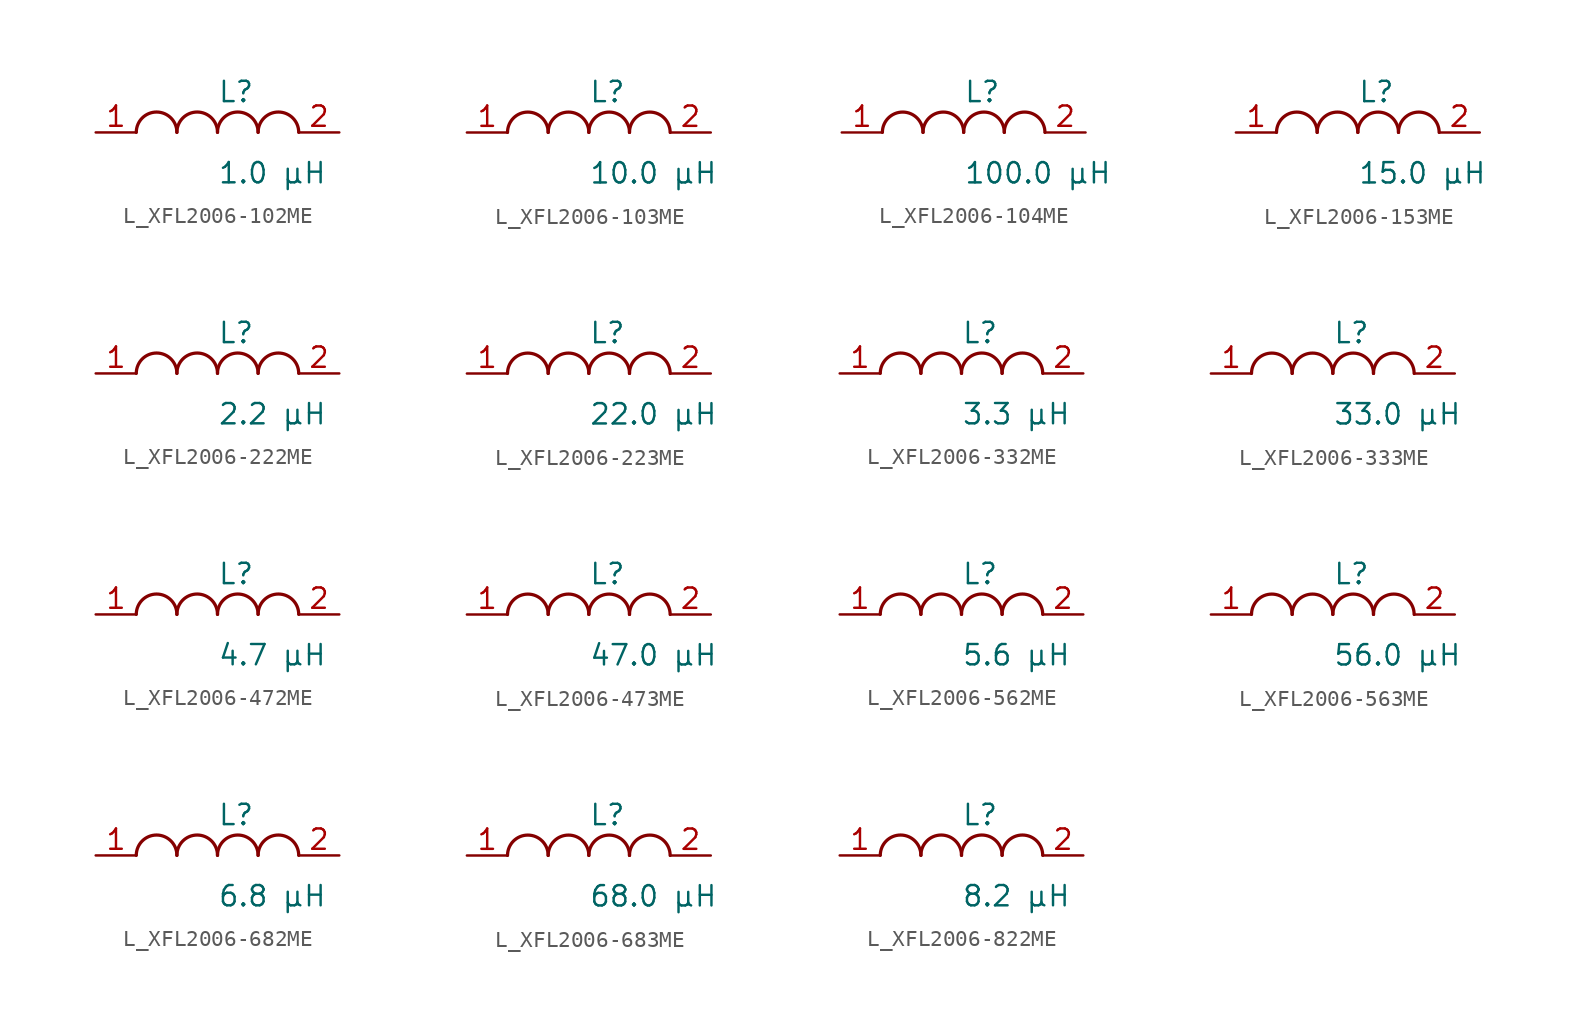
<source format=kicad_sym>
(kicad_symbol_lib
  (version 20231120)
  (generator kicad_symbol_editor)
  (generator_version 8.0)
  (symbol "L_XFL2006-102ME"
    (pin_names
      (offset 0.254))
    (property "Reference" "L"
      (at 0 2.54 0)
      (effects (font (size 1.27 1.27)) (justify left)))
    (property "Value" "1.0 µH"
      (at 0 -2.54 0)
      (effects (font (size 1.27 1.27)) (justify left)))
    (symbol "L_XFL2006-102ME_1_1"
      (arc (start -2.54 0.0056) (mid -3.81 1.27) (end -5.08 0.0056) (stroke (width 0.2032) (type default)) (fill (type none)))
      (arc (start 0 0.0056) (mid -1.27 1.27) (end -2.54 0.0056) (stroke (width 0.2032) (type default)) (fill (type none)))
      (arc (start 2.54 0.0056) (mid 1.27 1.27) (end 0 0.0056) (stroke (width 0.2032) (type default)) (fill (type none)))
      (arc (start 5.08 0.0056) (mid 3.81 1.27) (end 2.54 0.0056) (stroke (width 0.2032) (type default)) (fill (type none)))
      (pin unspecified line (at -7.62 0 0) (length 2.54) (name "" (effects (font (size 1.27 1.27)))) (number "1" (effects (font (size 1.27 1.27)))))
      (pin unspecified line (at 7.62 0 180) (length 2.54) (name "" (effects (font (size 1.27 1.27)))) (number "2" (effects (font (size 1.27 1.27)))))))
  (symbol "L_XFL2006-103ME"
    (pin_names
      (offset 0.254))
    (property "Reference" "L"
      (at 0 2.54 0)
      (effects (font (size 1.27 1.27)) (justify left)))
    (property "Value" "10.0 µH"
      (at 0 -2.54 0)
      (effects (font (size 1.27 1.27)) (justify left)))
    (symbol "L_XFL2006-103ME_1_1"
      (arc (start -2.54 0.0056) (mid -3.81 1.27) (end -5.08 0.0056) (stroke (width 0.2032) (type default)) (fill (type none)))
      (arc (start 0 0.0056) (mid -1.27 1.27) (end -2.54 0.0056) (stroke (width 0.2032) (type default)) (fill (type none)))
      (arc (start 2.54 0.0056) (mid 1.27 1.27) (end 0 0.0056) (stroke (width 0.2032) (type default)) (fill (type none)))
      (arc (start 5.08 0.0056) (mid 3.81 1.27) (end 2.54 0.0056) (stroke (width 0.2032) (type default)) (fill (type none)))
      (pin unspecified line (at -7.62 0 0) (length 2.54) (name "" (effects (font (size 1.27 1.27)))) (number "1" (effects (font (size 1.27 1.27)))))
      (pin unspecified line (at 7.62 0 180) (length 2.54) (name "" (effects (font (size 1.27 1.27)))) (number "2" (effects (font (size 1.27 1.27)))))))
  (symbol "L_XFL2006-104ME"
    (pin_names
      (offset 0.254))
    (property "Reference" "L"
      (at 0 2.54 0)
      (effects (font (size 1.27 1.27)) (justify left)))
    (property "Value" "100.0 µH"
      (at 0 -2.54 0)
      (effects (font (size 1.27 1.27)) (justify left)))
    (symbol "L_XFL2006-104ME_1_1"
      (arc (start -2.54 0.0056) (mid -3.81 1.27) (end -5.08 0.0056) (stroke (width 0.2032) (type default)) (fill (type none)))
      (arc (start 0 0.0056) (mid -1.27 1.27) (end -2.54 0.0056) (stroke (width 0.2032) (type default)) (fill (type none)))
      (arc (start 2.54 0.0056) (mid 1.27 1.27) (end 0 0.0056) (stroke (width 0.2032) (type default)) (fill (type none)))
      (arc (start 5.08 0.0056) (mid 3.81 1.27) (end 2.54 0.0056) (stroke (width 0.2032) (type default)) (fill (type none)))
      (pin unspecified line (at -7.62 0 0) (length 2.54) (name "" (effects (font (size 1.27 1.27)))) (number "1" (effects (font (size 1.27 1.27)))))
      (pin unspecified line (at 7.62 0 180) (length 2.54) (name "" (effects (font (size 1.27 1.27)))) (number "2" (effects (font (size 1.27 1.27)))))))
  (symbol "L_XFL2006-153ME"
    (pin_names
      (offset 0.254))
    (property "Reference" "L"
      (at 0 2.54 0)
      (effects (font (size 1.27 1.27)) (justify left)))
    (property "Value" "15.0 µH"
      (at 0 -2.54 0)
      (effects (font (size 1.27 1.27)) (justify left)))
    (symbol "L_XFL2006-153ME_1_1"
      (arc (start -2.54 0.0056) (mid -3.81 1.27) (end -5.08 0.0056) (stroke (width 0.2032) (type default)) (fill (type none)))
      (arc (start 0 0.0056) (mid -1.27 1.27) (end -2.54 0.0056) (stroke (width 0.2032) (type default)) (fill (type none)))
      (arc (start 2.54 0.0056) (mid 1.27 1.27) (end 0 0.0056) (stroke (width 0.2032) (type default)) (fill (type none)))
      (arc (start 5.08 0.0056) (mid 3.81 1.27) (end 2.54 0.0056) (stroke (width 0.2032) (type default)) (fill (type none)))
      (pin unspecified line (at -7.62 0 0) (length 2.54) (name "" (effects (font (size 1.27 1.27)))) (number "1" (effects (font (size 1.27 1.27)))))
      (pin unspecified line (at 7.62 0 180) (length 2.54) (name "" (effects (font (size 1.27 1.27)))) (number "2" (effects (font (size 1.27 1.27)))))))
  (symbol "L_XFL2006-222ME"
    (pin_names
      (offset 0.254))
    (property "Reference" "L"
      (at 0 2.54 0)
      (effects (font (size 1.27 1.27)) (justify left)))
    (property "Value" "2.2 µH"
      (at 0 -2.54 0)
      (effects (font (size 1.27 1.27)) (justify left)))
    (symbol "L_XFL2006-222ME_1_1"
      (arc (start -2.54 0.0056) (mid -3.81 1.27) (end -5.08 0.0056) (stroke (width 0.2032) (type default)) (fill (type none)))
      (arc (start 0 0.0056) (mid -1.27 1.27) (end -2.54 0.0056) (stroke (width 0.2032) (type default)) (fill (type none)))
      (arc (start 2.54 0.0056) (mid 1.27 1.27) (end 0 0.0056) (stroke (width 0.2032) (type default)) (fill (type none)))
      (arc (start 5.08 0.0056) (mid 3.81 1.27) (end 2.54 0.0056) (stroke (width 0.2032) (type default)) (fill (type none)))
      (pin unspecified line (at -7.62 0 0) (length 2.54) (name "" (effects (font (size 1.27 1.27)))) (number "1" (effects (font (size 1.27 1.27)))))
      (pin unspecified line (at 7.62 0 180) (length 2.54) (name "" (effects (font (size 1.27 1.27)))) (number "2" (effects (font (size 1.27 1.27)))))))
  (symbol "L_XFL2006-223ME"
    (pin_names
      (offset 0.254))
    (property "Reference" "L"
      (at 0 2.54 0)
      (effects (font (size 1.27 1.27)) (justify left)))
    (property "Value" "22.0 µH"
      (at 0 -2.54 0)
      (effects (font (size 1.27 1.27)) (justify left)))
    (symbol "L_XFL2006-223ME_1_1"
      (arc (start -2.54 0.0056) (mid -3.81 1.27) (end -5.08 0.0056) (stroke (width 0.2032) (type default)) (fill (type none)))
      (arc (start 0 0.0056) (mid -1.27 1.27) (end -2.54 0.0056) (stroke (width 0.2032) (type default)) (fill (type none)))
      (arc (start 2.54 0.0056) (mid 1.27 1.27) (end 0 0.0056) (stroke (width 0.2032) (type default)) (fill (type none)))
      (arc (start 5.08 0.0056) (mid 3.81 1.27) (end 2.54 0.0056) (stroke (width 0.2032) (type default)) (fill (type none)))
      (pin unspecified line (at -7.62 0 0) (length 2.54) (name "" (effects (font (size 1.27 1.27)))) (number "1" (effects (font (size 1.27 1.27)))))
      (pin unspecified line (at 7.62 0 180) (length 2.54) (name "" (effects (font (size 1.27 1.27)))) (number "2" (effects (font (size 1.27 1.27)))))))
  (symbol "L_XFL2006-332ME"
    (pin_names
      (offset 0.254))
    (property "Reference" "L"
      (at 0 2.54 0)
      (effects (font (size 1.27 1.27)) (justify left)))
    (property "Value" "3.3 µH"
      (at 0 -2.54 0)
      (effects (font (size 1.27 1.27)) (justify left)))
    (symbol "L_XFL2006-332ME_1_1"
      (arc (start -2.54 0.0056) (mid -3.81 1.27) (end -5.08 0.0056) (stroke (width 0.2032) (type default)) (fill (type none)))
      (arc (start 0 0.0056) (mid -1.27 1.27) (end -2.54 0.0056) (stroke (width 0.2032) (type default)) (fill (type none)))
      (arc (start 2.54 0.0056) (mid 1.27 1.27) (end 0 0.0056) (stroke (width 0.2032) (type default)) (fill (type none)))
      (arc (start 5.08 0.0056) (mid 3.81 1.27) (end 2.54 0.0056) (stroke (width 0.2032) (type default)) (fill (type none)))
      (pin unspecified line (at -7.62 0 0) (length 2.54) (name "" (effects (font (size 1.27 1.27)))) (number "1" (effects (font (size 1.27 1.27)))))
      (pin unspecified line (at 7.62 0 180) (length 2.54) (name "" (effects (font (size 1.27 1.27)))) (number "2" (effects (font (size 1.27 1.27)))))))
  (symbol "L_XFL2006-333ME"
    (pin_names
      (offset 0.254))
    (property "Reference" "L"
      (at 0 2.54 0)
      (effects (font (size 1.27 1.27)) (justify left)))
    (property "Value" "33.0 µH"
      (at 0 -2.54 0)
      (effects (font (size 1.27 1.27)) (justify left)))
    (symbol "L_XFL2006-333ME_1_1"
      (arc (start -2.54 0.0056) (mid -3.81 1.27) (end -5.08 0.0056) (stroke (width 0.2032) (type default)) (fill (type none)))
      (arc (start 0 0.0056) (mid -1.27 1.27) (end -2.54 0.0056) (stroke (width 0.2032) (type default)) (fill (type none)))
      (arc (start 2.54 0.0056) (mid 1.27 1.27) (end 0 0.0056) (stroke (width 0.2032) (type default)) (fill (type none)))
      (arc (start 5.08 0.0056) (mid 3.81 1.27) (end 2.54 0.0056) (stroke (width 0.2032) (type default)) (fill (type none)))
      (pin unspecified line (at -7.62 0 0) (length 2.54) (name "" (effects (font (size 1.27 1.27)))) (number "1" (effects (font (size 1.27 1.27)))))
      (pin unspecified line (at 7.62 0 180) (length 2.54) (name "" (effects (font (size 1.27 1.27)))) (number "2" (effects (font (size 1.27 1.27)))))))
  (symbol "L_XFL2006-472ME"
    (pin_names
      (offset 0.254))
    (property "Reference" "L"
      (at 0 2.54 0)
      (effects (font (size 1.27 1.27)) (justify left)))
    (property "Value" "4.7 µH"
      (at 0 -2.54 0)
      (effects (font (size 1.27 1.27)) (justify left)))
    (symbol "L_XFL2006-472ME_1_1"
      (arc (start -2.54 0.0056) (mid -3.81 1.27) (end -5.08 0.0056) (stroke (width 0.2032) (type default)) (fill (type none)))
      (arc (start 0 0.0056) (mid -1.27 1.27) (end -2.54 0.0056) (stroke (width 0.2032) (type default)) (fill (type none)))
      (arc (start 2.54 0.0056) (mid 1.27 1.27) (end 0 0.0056) (stroke (width 0.2032) (type default)) (fill (type none)))
      (arc (start 5.08 0.0056) (mid 3.81 1.27) (end 2.54 0.0056) (stroke (width 0.2032) (type default)) (fill (type none)))
      (pin unspecified line (at -7.62 0 0) (length 2.54) (name "" (effects (font (size 1.27 1.27)))) (number "1" (effects (font (size 1.27 1.27)))))
      (pin unspecified line (at 7.62 0 180) (length 2.54) (name "" (effects (font (size 1.27 1.27)))) (number "2" (effects (font (size 1.27 1.27)))))))
  (symbol "L_XFL2006-473ME"
    (pin_names
      (offset 0.254))
    (property "Reference" "L"
      (at 0 2.54 0)
      (effects (font (size 1.27 1.27)) (justify left)))
    (property "Value" "47.0 µH"
      (at 0 -2.54 0)
      (effects (font (size 1.27 1.27)) (justify left)))
    (symbol "L_XFL2006-473ME_1_1"
      (arc (start -2.54 0.0056) (mid -3.81 1.27) (end -5.08 0.0056) (stroke (width 0.2032) (type default)) (fill (type none)))
      (arc (start 0 0.0056) (mid -1.27 1.27) (end -2.54 0.0056) (stroke (width 0.2032) (type default)) (fill (type none)))
      (arc (start 2.54 0.0056) (mid 1.27 1.27) (end 0 0.0056) (stroke (width 0.2032) (type default)) (fill (type none)))
      (arc (start 5.08 0.0056) (mid 3.81 1.27) (end 2.54 0.0056) (stroke (width 0.2032) (type default)) (fill (type none)))
      (pin unspecified line (at -7.62 0 0) (length 2.54) (name "" (effects (font (size 1.27 1.27)))) (number "1" (effects (font (size 1.27 1.27)))))
      (pin unspecified line (at 7.62 0 180) (length 2.54) (name "" (effects (font (size 1.27 1.27)))) (number "2" (effects (font (size 1.27 1.27)))))))
  (symbol "L_XFL2006-562ME"
    (pin_names
      (offset 0.254))
    (property "Reference" "L"
      (at 0 2.54 0)
      (effects (font (size 1.27 1.27)) (justify left)))
    (property "Value" "5.6 µH"
      (at 0 -2.54 0)
      (effects (font (size 1.27 1.27)) (justify left)))
    (symbol "L_XFL2006-562ME_1_1"
      (arc (start -2.54 0.0056) (mid -3.81 1.27) (end -5.08 0.0056) (stroke (width 0.2032) (type default)) (fill (type none)))
      (arc (start 0 0.0056) (mid -1.27 1.27) (end -2.54 0.0056) (stroke (width 0.2032) (type default)) (fill (type none)))
      (arc (start 2.54 0.0056) (mid 1.27 1.27) (end 0 0.0056) (stroke (width 0.2032) (type default)) (fill (type none)))
      (arc (start 5.08 0.0056) (mid 3.81 1.27) (end 2.54 0.0056) (stroke (width 0.2032) (type default)) (fill (type none)))
      (pin unspecified line (at -7.62 0 0) (length 2.54) (name "" (effects (font (size 1.27 1.27)))) (number "1" (effects (font (size 1.27 1.27)))))
      (pin unspecified line (at 7.62 0 180) (length 2.54) (name "" (effects (font (size 1.27 1.27)))) (number "2" (effects (font (size 1.27 1.27)))))))
  (symbol "L_XFL2006-563ME"
    (pin_names
      (offset 0.254))
    (property "Reference" "L"
      (at 0 2.54 0)
      (effects (font (size 1.27 1.27)) (justify left)))
    (property "Value" "56.0 µH"
      (at 0 -2.54 0)
      (effects (font (size 1.27 1.27)) (justify left)))
    (symbol "L_XFL2006-563ME_1_1"
      (arc (start -2.54 0.0056) (mid -3.81 1.27) (end -5.08 0.0056) (stroke (width 0.2032) (type default)) (fill (type none)))
      (arc (start 0 0.0056) (mid -1.27 1.27) (end -2.54 0.0056) (stroke (width 0.2032) (type default)) (fill (type none)))
      (arc (start 2.54 0.0056) (mid 1.27 1.27) (end 0 0.0056) (stroke (width 0.2032) (type default)) (fill (type none)))
      (arc (start 5.08 0.0056) (mid 3.81 1.27) (end 2.54 0.0056) (stroke (width 0.2032) (type default)) (fill (type none)))
      (pin unspecified line (at -7.62 0 0) (length 2.54) (name "" (effects (font (size 1.27 1.27)))) (number "1" (effects (font (size 1.27 1.27)))))
      (pin unspecified line (at 7.62 0 180) (length 2.54) (name "" (effects (font (size 1.27 1.27)))) (number "2" (effects (font (size 1.27 1.27)))))))
  (symbol "L_XFL2006-682ME"
    (pin_names
      (offset 0.254))
    (property "Reference" "L"
      (at 0 2.54 0)
      (effects (font (size 1.27 1.27)) (justify left)))
    (property "Value" "6.8 µH"
      (at 0 -2.54 0)
      (effects (font (size 1.27 1.27)) (justify left)))
    (symbol "L_XFL2006-682ME_1_1"
      (arc (start -2.54 0.0056) (mid -3.81 1.27) (end -5.08 0.0056) (stroke (width 0.2032) (type default)) (fill (type none)))
      (arc (start 0 0.0056) (mid -1.27 1.27) (end -2.54 0.0056) (stroke (width 0.2032) (type default)) (fill (type none)))
      (arc (start 2.54 0.0056) (mid 1.27 1.27) (end 0 0.0056) (stroke (width 0.2032) (type default)) (fill (type none)))
      (arc (start 5.08 0.0056) (mid 3.81 1.27) (end 2.54 0.0056) (stroke (width 0.2032) (type default)) (fill (type none)))
      (pin unspecified line (at -7.62 0 0) (length 2.54) (name "" (effects (font (size 1.27 1.27)))) (number "1" (effects (font (size 1.27 1.27)))))
      (pin unspecified line (at 7.62 0 180) (length 2.54) (name "" (effects (font (size 1.27 1.27)))) (number "2" (effects (font (size 1.27 1.27)))))))
  (symbol "L_XFL2006-683ME"
    (pin_names
      (offset 0.254))
    (property "Reference" "L"
      (at 0 2.54 0)
      (effects (font (size 1.27 1.27)) (justify left)))
    (property "Value" "68.0 µH"
      (at 0 -2.54 0)
      (effects (font (size 1.27 1.27)) (justify left)))
    (symbol "L_XFL2006-683ME_1_1"
      (arc (start -2.54 0.0056) (mid -3.81 1.27) (end -5.08 0.0056) (stroke (width 0.2032) (type default)) (fill (type none)))
      (arc (start 0 0.0056) (mid -1.27 1.27) (end -2.54 0.0056) (stroke (width 0.2032) (type default)) (fill (type none)))
      (arc (start 2.54 0.0056) (mid 1.27 1.27) (end 0 0.0056) (stroke (width 0.2032) (type default)) (fill (type none)))
      (arc (start 5.08 0.0056) (mid 3.81 1.27) (end 2.54 0.0056) (stroke (width 0.2032) (type default)) (fill (type none)))
      (pin unspecified line (at -7.62 0 0) (length 2.54) (name "" (effects (font (size 1.27 1.27)))) (number "1" (effects (font (size 1.27 1.27)))))
      (pin unspecified line (at 7.62 0 180) (length 2.54) (name "" (effects (font (size 1.27 1.27)))) (number "2" (effects (font (size 1.27 1.27)))))))
  (symbol "L_XFL2006-822ME"
    (pin_names
      (offset 0.254))
    (property "Reference" "L"
      (at 0 2.54 0)
      (effects (font (size 1.27 1.27)) (justify left)))
    (property "Value" "8.2 µH"
      (at 0 -2.54 0)
      (effects (font (size 1.27 1.27)) (justify left)))
    (symbol "L_XFL2006-822ME_1_1"
      (arc (start -2.54 0.0056) (mid -3.81 1.27) (end -5.08 0.0056) (stroke (width 0.2032) (type default)) (fill (type none)))
      (arc (start 0 0.0056) (mid -1.27 1.27) (end -2.54 0.0056) (stroke (width 0.2032) (type default)) (fill (type none)))
      (arc (start 2.54 0.0056) (mid 1.27 1.27) (end 0 0.0056) (stroke (width 0.2032) (type default)) (fill (type none)))
      (arc (start 5.08 0.0056) (mid 3.81 1.27) (end 2.54 0.0056) (stroke (width 0.2032) (type default)) (fill (type none)))
      (pin unspecified line (at -7.62 0 0) (length 2.54) (name "" (effects (font (size 1.27 1.27)))) (number "1" (effects (font (size 1.27 1.27)))))
      (pin unspecified line (at 7.62 0 180) (length 2.54) (name "" (effects (font (size 1.27 1.27)))) (number "2" (effects (font (size 1.27 1.27))))))))
</source>
